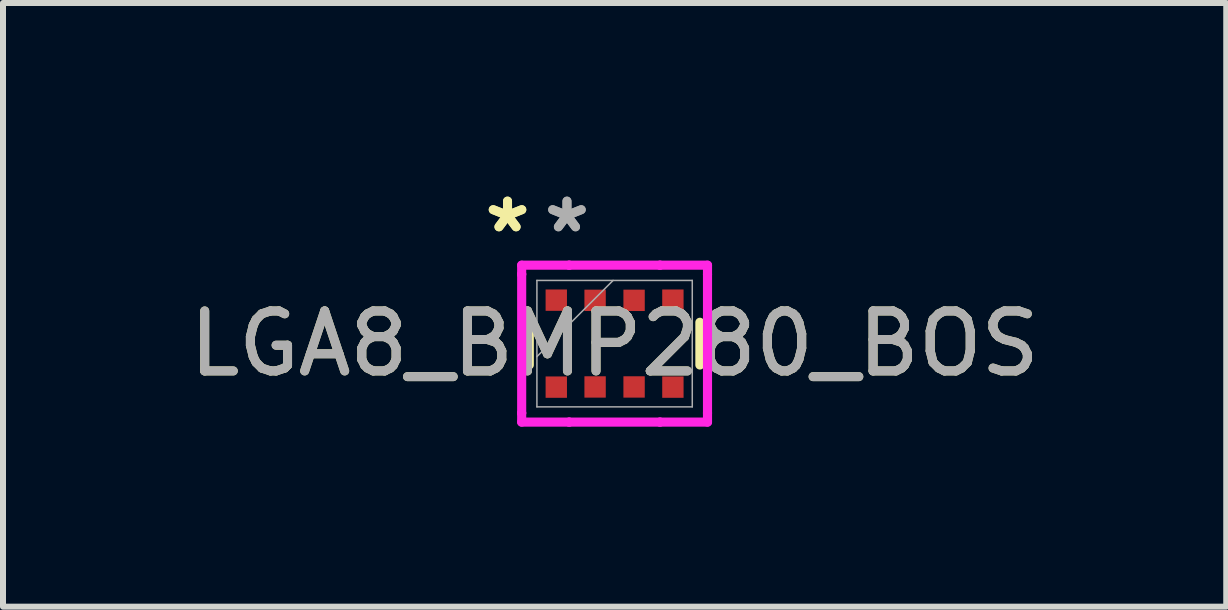
<source format=kicad_pcb>
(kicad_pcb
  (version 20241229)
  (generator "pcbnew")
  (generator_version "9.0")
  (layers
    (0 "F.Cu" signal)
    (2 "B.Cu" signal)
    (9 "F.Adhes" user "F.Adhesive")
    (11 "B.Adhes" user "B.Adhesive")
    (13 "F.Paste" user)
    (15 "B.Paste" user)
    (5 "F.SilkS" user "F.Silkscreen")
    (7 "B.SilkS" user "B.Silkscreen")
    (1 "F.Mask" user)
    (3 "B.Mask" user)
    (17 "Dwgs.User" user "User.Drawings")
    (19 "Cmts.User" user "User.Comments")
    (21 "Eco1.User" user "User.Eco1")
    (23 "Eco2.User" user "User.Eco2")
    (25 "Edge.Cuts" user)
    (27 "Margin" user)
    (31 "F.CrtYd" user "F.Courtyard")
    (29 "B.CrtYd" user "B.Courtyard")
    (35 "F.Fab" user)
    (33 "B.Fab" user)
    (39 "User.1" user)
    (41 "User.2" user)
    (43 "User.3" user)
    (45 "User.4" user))
  (footprint "LGA8_BMP280_BOS"
    (layer "F.Cu")
    (at 7.196 2.679)
    (property "Reference" "LGA8_BMP280_BOS" (at 0 0 0) (unlocked yes) (layer "F.SilkS") (effects (font (size 1 1) (thickness 0.15))))
    (attr smd)
    (fp_line (start -1.422 -0.356) (end -1.422 0.356) (stroke (width 0.152) (type solid)) (layer "F.SilkS"))
    (fp_line (start 1.422 0.356) (end 1.422 -0.356) (stroke (width 0.152) (type solid)) (layer "F.SilkS"))
    (fp_line (start -1.549 -1.308) (end -0.757 -1.308) (stroke (width 0.152) (type solid)) (layer "F.CrtYd"))
    (fp_line (start -1.549 -1.157) (end -1.549 -1.308) (stroke (width 0.152) (type solid)) (layer "F.CrtYd"))
    (fp_line (start -1.549 -1.157) (end -1.549 -1.157) (stroke (width 0.152) (type solid)) (layer "F.CrtYd"))
    (fp_line (start -1.549 1.157) (end -1.549 -1.157) (stroke (width 0.152) (type solid)) (layer "F.CrtYd"))
    (fp_line (start -1.549 1.157) (end -1.549 1.157) (stroke (width 0.152) (type solid)) (layer "F.CrtYd"))
    (fp_line (start -1.549 1.308) (end -1.549 1.157) (stroke (width 0.152) (type solid)) (layer "F.CrtYd"))
    (fp_line (start -1.549 1.308) (end -0.757 1.308) (stroke (width 0.152) (type solid)) (layer "F.CrtYd"))
    (fp_line (start -0.757 -1.308) (end -0.757 -1.308) (stroke (width 0.152) (type solid)) (layer "F.CrtYd"))
    (fp_line (start -0.757 -1.308) (end 0.757 -1.308) (stroke (width 0.152) (type solid)) (layer "F.CrtYd"))
    (fp_line (start -0.757 1.308) (end -0.757 1.308) (stroke (width 0.152) (type solid)) (layer "F.CrtYd"))
    (fp_line (start -0.757 1.308) (end 0.757 1.308) (stroke (width 0.152) (type solid)) (layer "F.CrtYd"))
    (fp_line (start 0.757 -1.308) (end 0.757 -1.308) (stroke (width 0.152) (type solid)) (layer "F.CrtYd"))
    (fp_line (start 0.757 -1.308) (end 1.549 -1.308) (stroke (width 0.152) (type solid)) (layer "F.CrtYd"))
    (fp_line (start 0.757 1.308) (end 0.757 1.308) (stroke (width 0.152) (type solid)) (layer "F.CrtYd"))
    (fp_line (start 0.757 1.308) (end 1.549 1.308) (stroke (width 0.152) (type solid)) (layer "F.CrtYd"))
    (fp_line (start 1.549 -1.157) (end 1.549 -1.308) (stroke (width 0.152) (type solid)) (layer "F.CrtYd"))
    (fp_line (start 1.549 -1.157) (end 1.549 -1.157) (stroke (width 0.152) (type solid)) (layer "F.CrtYd"))
    (fp_line (start 1.549 1.157) (end 1.549 -1.157) (stroke (width 0.152) (type solid)) (layer "F.CrtYd"))
    (fp_line (start 1.549 1.157) (end 1.549 1.157) (stroke (width 0.152) (type solid)) (layer "F.CrtYd"))
    (fp_line (start 1.549 1.308) (end 1.549 1.157) (stroke (width 0.152) (type solid)) (layer "F.CrtYd"))
    (fp_line (start -1.295 -1.054) (end -1.295 1.054) (stroke (width 0.025) (type solid)) (layer "F.Fab"))
    (fp_line (start -1.295 0.216) (end -0.025 -1.054) (stroke (width 0.025) (type solid)) (layer "F.Fab"))
    (fp_line (start -1.295 1.054) (end 1.295 1.054) (stroke (width 0.025) (type solid)) (layer "F.Fab"))
    (fp_line (start 1.295 -1.054) (end -1.295 -1.054) (stroke (width 0.025) (type solid)) (layer "F.Fab"))
    (fp_line (start 1.295 1.054) (end 1.295 -1.054) (stroke (width 0.025) (type solid)) (layer "F.Fab"))
    (fp_text user "*" (at -1.785 -1.831 0) (layer "F.SilkS") (effects (font (size 1 1) (thickness 0.15))))
    (fp_text user "*" (at -1.785 -1.831 0) (unlocked yes) (layer "F.SilkS") (effects (font (size 1 1) (thickness 0.15))))
    (fp_text user "*" (at -0.794 -1.831 0) (unlocked yes) (layer "F.Fab") (effects (font (size 1 1) (thickness 0.15))))
    (fp_text user "${REFERENCE}" (at 0 0 0) (unlocked yes) (layer "F.Fab") (effects (font (size 1 1) (thickness 0.15))))
    (fp_text user "*" (at -0.794 -1.831 0) (layer "F.Fab") (effects (font (size 1 1) (thickness 0.15))))
    (pad "1" smd rect (at -0.972 -0.725 90) (size 0.356 0.356) (layers "F.Cu" "F.Mask" "F.Paste"))
    (pad "2" smd rect (at -0.325 -0.722) (size 0.356 0.356) (layers "F.Cu" "F.Mask" "F.Paste"))
    (pad "3" smd rect (at 0.325 -0.722) (size 0.356 0.356) (layers "F.Cu" "F.Mask" "F.Paste"))
    (pad "4" smd rect (at 0.972 -0.725 90) (size 0.356 0.356) (layers "F.Cu" "F.Mask" "F.Paste"))
    (pad "5" smd rect (at 0.972 0.725 90) (size 0.356 0.356) (layers "F.Cu" "F.Mask" "F.Paste"))
    (pad "6" smd rect (at 0.325 0.722) (size 0.356 0.356) (layers "F.Cu" "F.Mask" "F.Paste"))
    (pad "7" smd rect (at -0.325 0.722) (size 0.356 0.356) (layers "F.Cu" "F.Mask" "F.Paste"))
    (pad "8" smd rect (at -0.972 0.725 90) (size 0.356 0.356) (layers "F.Cu" "F.Mask" "F.Paste")))
  (gr_rect
    (start -3 -3)
    (end 17.393 7.064)
    (stroke (width 0.1) (type default))
    (fill no)
    (layer "Edge.Cuts")))
</source>
